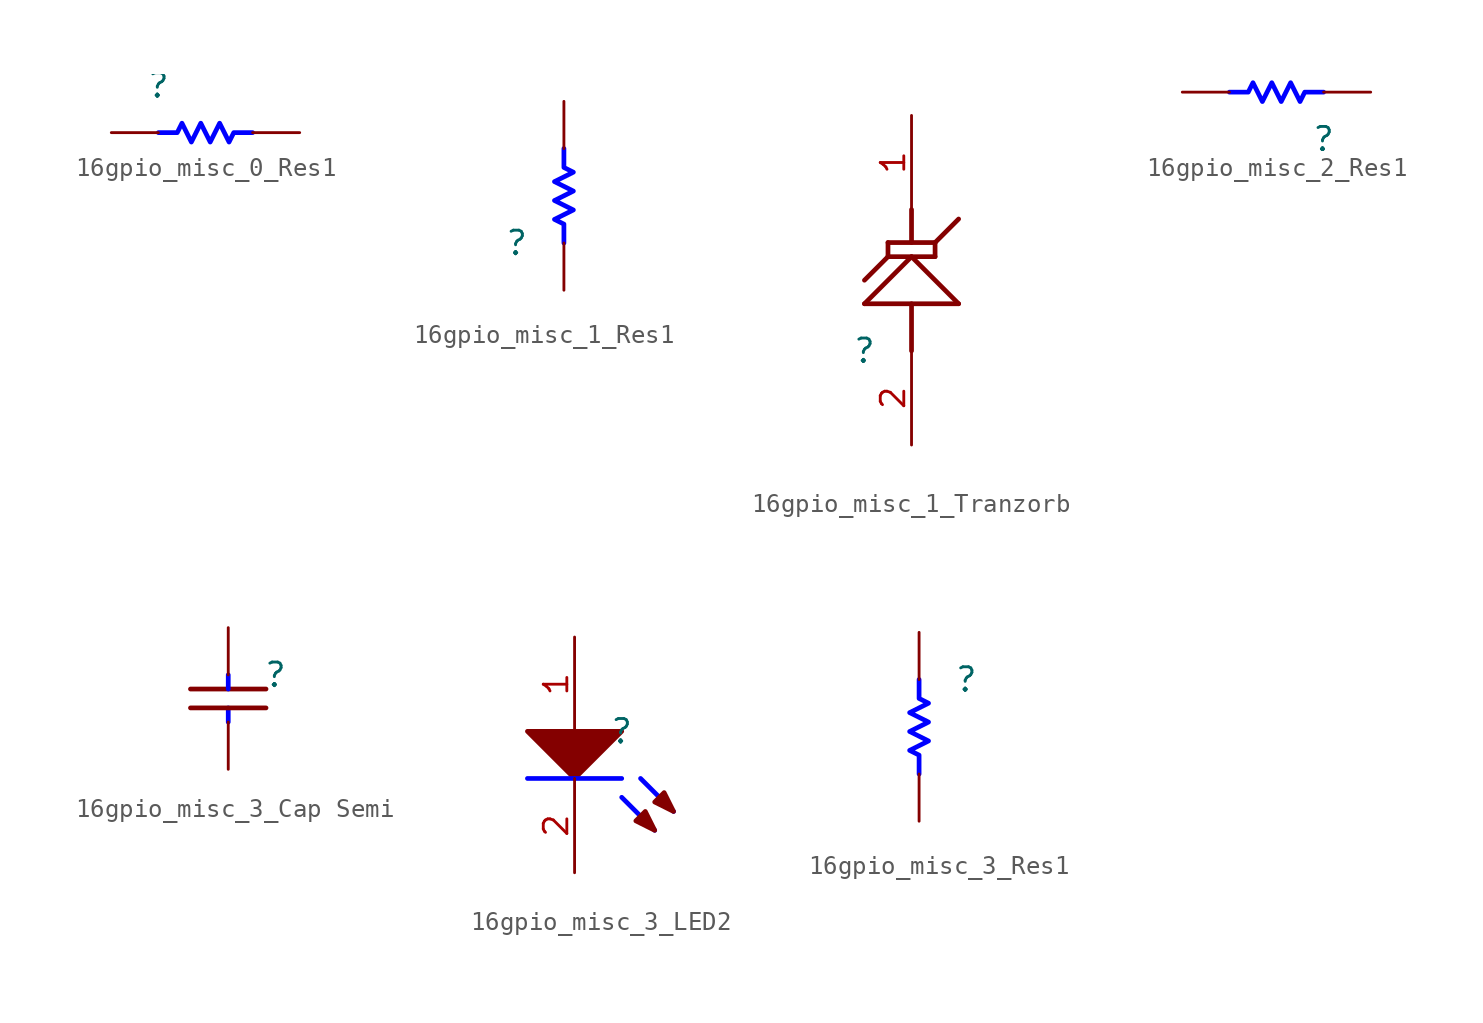
<source format=kicad_sym>
(kicad_symbol_lib
  (version 20220914)
  (generator kicad_symbol_editor)
  (symbol "16gpio_misc_0_Res1"
    (property "Reference" ""
      (at 0 0 0)
      (effects (font (size 1.27 1.27))))
    (property "Value" ""
      (at 0 0 0)
      (effects (font (size 1.27 1.27))))
    (symbol "16gpio_misc_0_Res1_1_0"
      (polyline (pts (xy 5.08 -2.54) (xy 4.064 -2.54) (xy 3.81 -3.048) (xy 3.302 -2.032) (xy 2.794 -3.048) (xy 2.286 -2.032) (xy 1.778 -3.048) (xy 1.27 -2.032) (xy 1.016 -2.54) (xy 0 -2.54)) (stroke (width 0.254) (type solid) (color 0 0 255 1)) (fill (type none)))
      (pin passive line (at -2.54 -2.54 0) (length 2.54) (name "1" (effects (font (size 0 0)))) (number "1" (effects (font (size 0 0)))))
      (pin passive line (at 7.62 -2.54 180) (length 2.54) (name "2" (effects (font (size 0 0)))) (number "2" (effects (font (size 0 0)))))))
  (symbol "16gpio_misc_1_Res1"
    (property "Reference" ""
      (at 0 0 0)
      (effects (font (size 1.27 1.27))))
    (property "Value" ""
      (at 0 0 0)
      (effects (font (size 1.27 1.27))))
    (symbol "16gpio_misc_1_Res1_1_0"
      (polyline (pts (xy 2.54 5.08) (xy 2.54 4.064) (xy 3.048 3.81) (xy 2.032 3.302) (xy 3.048 2.794) (xy 2.032 2.286) (xy 3.048 1.778) (xy 2.032 1.27) (xy 2.54 1.016) (xy 2.54 0)) (stroke (width 0.254) (type solid) (color 0 0 255 1)) (fill (type none)))
      (pin passive line (at 2.54 -2.54 90) (length 2.54) (name "1" (effects (font (size 0 0)))) (number "1" (effects (font (size 0 0)))))
      (pin passive line (at 2.54 7.62 270) (length 2.54) (name "2" (effects (font (size 0 0)))) (number "2" (effects (font (size 0 0)))))))
  (symbol "16gpio_misc_1_Tranzorb"
    (property "Reference" ""
      (at 0 0 0)
      (effects (font (size 1.27 1.27))))
    (property "Value" ""
      (at 0 0 0)
      (effects (font (size 1.27 1.27))))
    (symbol "16gpio_misc_1_Tranzorb_1_0"
      (polyline (pts (xy 0 2.54) (xy 5.08 2.54)) (stroke (width 0.254) (type solid)) (fill (type none)))
      (polyline (pts (xy 0 3.81) (xy 1.27 5.08)) (stroke (width 0.254) (type solid)) (fill (type none)))
      (polyline (pts (xy 1.27 5.08) (xy 3.81 5.08)) (stroke (width 0.254) (type solid)) (fill (type none)))
      (polyline (pts (xy 1.27 5.842) (xy 1.27 5.08)) (stroke (width 0.254) (type solid)) (fill (type none)))
      (polyline (pts (xy 2.54 0) (xy 2.54 2.54)) (stroke (width 0.254) (type solid)) (fill (type none)))
      (polyline (pts (xy 2.54 5.08) (xy 0 2.54)) (stroke (width 0.254) (type solid)) (fill (type none)))
      (polyline (pts (xy 2.54 5.842) (xy 2.54 7.62)) (stroke (width 0.254) (type solid)) (fill (type none)))
      (polyline (pts (xy 3.81 5.08) (xy 3.81 5.842)) (stroke (width 0.254) (type solid)) (fill (type none)))
      (polyline (pts (xy 3.81 5.842) (xy 1.27 5.842)) (stroke (width 0.254) (type solid)) (fill (type none)))
      (polyline (pts (xy 3.81 5.842) (xy 5.08 7.112)) (stroke (width 0.254) (type solid)) (fill (type none)))
      (polyline (pts (xy 5.08 2.54) (xy 2.54 5.08)) (stroke (width 0.254) (type solid)) (fill (type none)))
      (pin passive line (at 2.54 12.7 270) (length 5.08) (name "K" (effects (font (size 0 0)))) (number "1" (effects (font (size 1.27 1.27)))))
      (pin passive line (at 2.54 -5.08 90) (length 5.08) (name "A" (effects (font (size 0 0)))) (number "2" (effects (font (size 1.27 1.27)))))))
  (symbol "16gpio_misc_2_Res1"
    (property "Reference" ""
      (at 0 0 0)
      (effects (font (size 1.27 1.27))))
    (property "Value" ""
      (at 0 0 0)
      (effects (font (size 1.27 1.27))))
    (symbol "16gpio_misc_2_Res1_1_0"
      (polyline (pts (xy -5.08 2.54) (xy -4.064 2.54) (xy -3.81 3.048) (xy -3.302 2.032) (xy -2.794 3.048) (xy -2.286 2.032) (xy -1.778 3.048) (xy -1.27 2.032) (xy -1.016 2.54) (xy 0 2.54)) (stroke (width 0.254) (type solid) (color 0 0 255 1)) (fill (type none)))
      (pin passive line (at 2.54 2.54 180) (length 2.54) (name "1" (effects (font (size 0 0)))) (number "1" (effects (font (size 0 0)))))
      (pin passive line (at -7.62 2.54 0) (length 2.54) (name "2" (effects (font (size 0 0)))) (number "2" (effects (font (size 0 0)))))))
  (symbol "16gpio_misc_3_Cap Semi"
    (property "Reference" ""
      (at 0 0 0)
      (effects (font (size 1.27 1.27))))
    (property "Value" ""
      (at 0 0 0)
      (effects (font (size 1.27 1.27))))
    (symbol "16gpio_misc_3_Cap Semi_1_0"
      (polyline (pts (xy -4.572 -0.762) (xy -0.508 -0.762)) (stroke (width 0.254) (type solid)) (fill (type none)))
      (polyline (pts (xy -2.54 -2.54) (xy -2.54 -1.778)) (stroke (width 0.254) (type solid) (color 0 0 255 1)) (fill (type none)))
      (polyline (pts (xy -2.54 0) (xy -2.54 -0.762)) (stroke (width 0.254) (type solid) (color 0 0 255 1)) (fill (type none)))
      (polyline (pts (xy -0.508 -1.778) (xy -4.572 -1.778)) (stroke (width 0.254) (type solid)) (fill (type none)))
      (pin passive line (at -2.54 2.54 270) (length 2.54) (name "1" (effects (font (size 0 0)))) (number "1" (effects (font (size 0 0)))))
      (pin passive line (at -2.54 -5.08 90) (length 2.54) (name "2" (effects (font (size 0 0)))) (number "2" (effects (font (size 0 0)))))))
  (symbol "16gpio_misc_3_LED2"
    (property "Reference" ""
      (at 0 0 0)
      (effects (font (size 1.27 1.27))))
    (property "Value" ""
      (at 0 0 0)
      (effects (font (size 1.27 1.27))))
    (symbol "16gpio_misc_3_LED2_1_0"
      (polyline (pts (xy 0 -3.556) (xy 1.778 -5.334)) (stroke (width 0.254) (type solid) (color 0 0 255 1)) (fill (type none)))
      (polyline (pts (xy 0 -2.54) (xy -5.08 -2.54)) (stroke (width 0.254) (type solid) (color 0 0 255 1)) (fill (type none)))
      (polyline (pts (xy 1.016 -2.54) (xy 2.794 -4.318)) (stroke (width 0.254) (type solid) (color 0 0 255 1)) (fill (type none)))
      (polyline (pts (xy -5.08 0) (xy -2.54 -2.54) (xy 0 0) (xy -5.08 0)) (stroke (width 0.254) (type solid)) (fill (type outline)))
      (polyline (pts (xy 1.778 -5.334) (xy 1.27 -4.318) (xy 0.762 -4.826) (xy 1.778 -5.334)) (stroke (width 0.254) (type solid)) (fill (type outline)))
      (polyline (pts (xy 2.794 -4.318) (xy 2.286 -3.302) (xy 1.778 -3.81) (xy 2.794 -4.318)) (stroke (width 0.254) (type solid)) (fill (type outline)))
      (pin passive line (at -2.54 5.08 270) (length 5.08) (name "A" (effects (font (size 0 0)))) (number "1" (effects (font (size 1.27 1.27)))))
      (pin passive line (at -2.54 -7.62 90) (length 5.08) (name "K" (effects (font (size 0 0)))) (number "2" (effects (font (size 1.27 1.27)))))))
  (symbol "16gpio_misc_3_Res1"
    (property "Reference" ""
      (at 0 0 0)
      (effects (font (size 1.27 1.27))))
    (property "Value" ""
      (at 0 0 0)
      (effects (font (size 1.27 1.27))))
    (symbol "16gpio_misc_3_Res1_1_0"
      (polyline (pts (xy -2.54 -5.08) (xy -2.54 -4.064) (xy -3.048 -3.81) (xy -2.032 -3.302) (xy -3.048 -2.794) (xy -2.032 -2.286) (xy -3.048 -1.778) (xy -2.032 -1.27) (xy -2.54 -1.016) (xy -2.54 0)) (stroke (width 0.254) (type solid) (color 0 0 255 1)) (fill (type none)))
      (pin passive line (at -2.54 2.54 270) (length 2.54) (name "1" (effects (font (size 0 0)))) (number "1" (effects (font (size 0 0)))))
      (pin passive line (at -2.54 -7.62 90) (length 2.54) (name "2" (effects (font (size 0 0)))) (number "2" (effects (font (size 0 0))))))))
</source>
